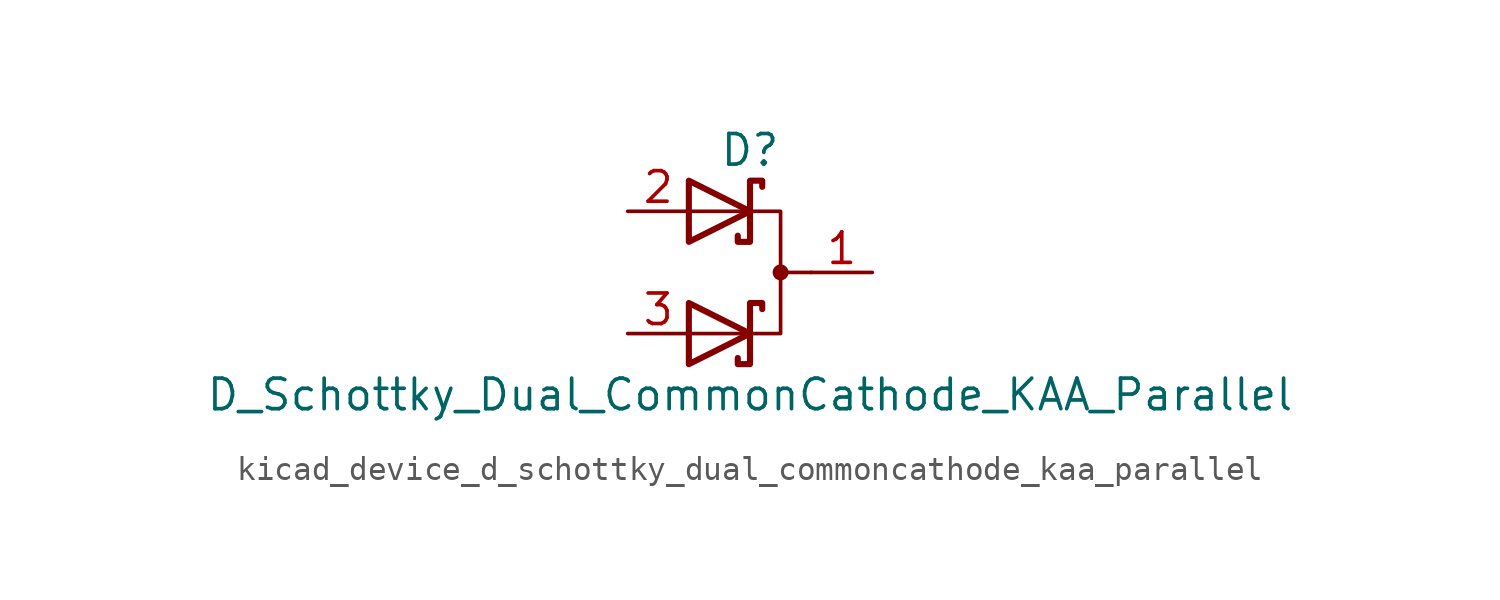
<source format=kicad_sym>
(kicad_symbol_lib
  (version 20220914)
  (generator kicad_symbol_editor)
  (symbol "kicad_device_d_schottky_dual_commoncathode_kaa_parallel"
    (pin_names
      (offset 0.762) hide)
    (property "Reference" "D"
      (at 0 5.08 0)
      (effects (font (size 1.27 1.27))))
    (property "Value" "D_Schottky_Dual_CommonCathode_KAA_Parallel"
      (at 0 -5.08 0)
      (effects (font (size 1.27 1.27))))
    (symbol "kicad_device_d_schottky_dual_commoncathode_kaa_parallel_0_1"
      (polyline (pts (xy 1.27 0) (xy 2.54 0)) (stroke (width 0) (type default)) (fill (type none)))
      (polyline (pts (xy -2.54 -2.54) (xy 1.27 -2.54) (xy 1.27 2.54) (xy -2.54 2.54)) (stroke (width 0) (type default)) (fill (type none)))
      (polyline (pts (xy -2.54 -1.27) (xy 0 -2.54) (xy -2.54 -3.81) (xy -2.54 -1.27) (xy -2.54 -1.27) (xy -2.54 -1.27)) (stroke (width 0.254) (type default)) (fill (type none)))
      (polyline (pts (xy -2.54 3.81) (xy 0 2.54) (xy -2.54 1.27) (xy -2.54 3.81) (xy -2.54 3.81) (xy -2.54 3.81)) (stroke (width 0.254) (type default)) (fill (type none)))
      (polyline (pts (xy 0.508 -1.524) (xy 0.508 -1.27) (xy 0 -1.27) (xy 0 -3.81) (xy -0.508 -3.81) (xy -0.508 -3.556)) (stroke (width 0.254) (type default)) (fill (type none)))
      (polyline (pts (xy 0.508 3.556) (xy 0.508 3.81) (xy 0 3.81) (xy 0 1.27) (xy -0.508 1.27) (xy -0.508 1.524)) (stroke (width 0.254) (type default)) (fill (type none)))
      (circle (center 1.27 0) (radius 0.254) (stroke (width 0) (type default)) (fill (type outline)))
      (pin passive line (at 5.08 0 180) (length 2.54) (name "A" (effects (font (size 1.27 1.27)))) (number "1" (effects (font (size 1.27 1.27)))))
      (pin passive line (at -5.08 2.54 0) (length 2.54) (name "K" (effects (font (size 1.27 1.27)))) (number "2" (effects (font (size 1.27 1.27)))))
      (pin passive line (at -5.08 -2.54 0) (length 2.54) (name "K" (effects (font (size 1.27 1.27)))) (number "3" (effects (font (size 1.27 1.27))))))))
</source>
